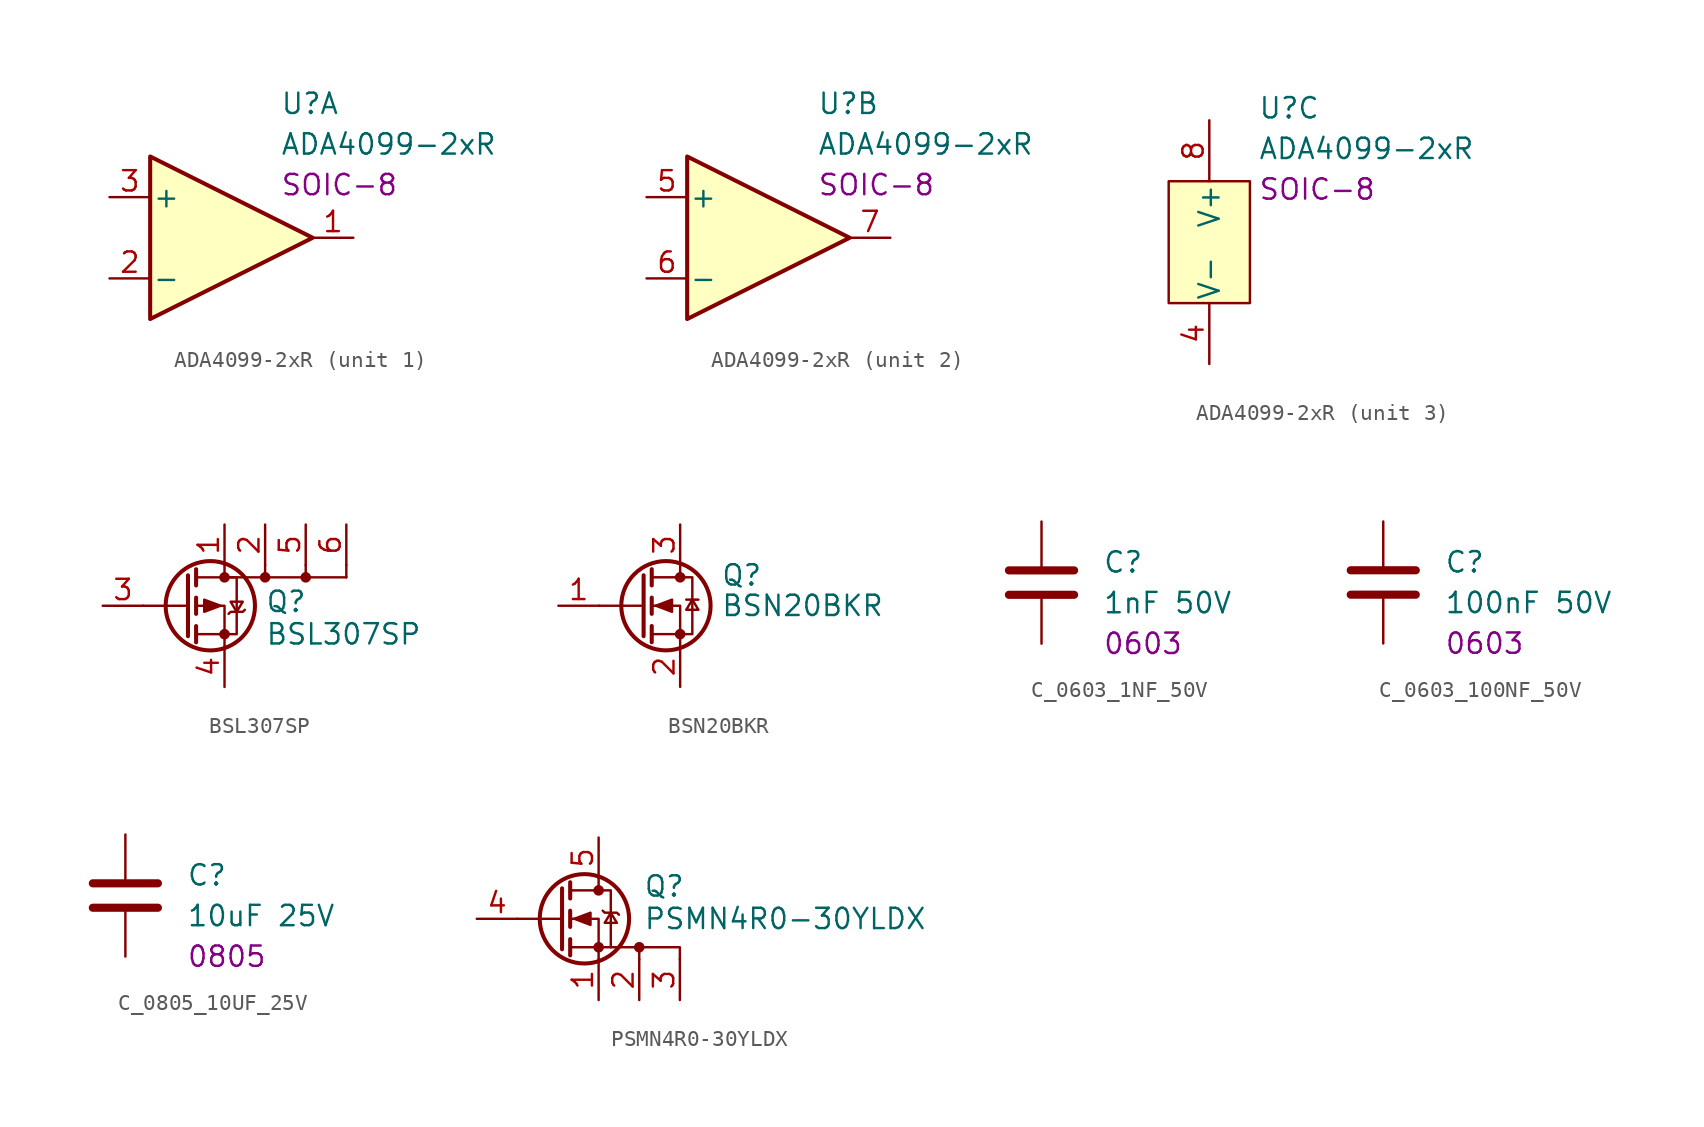
<source format=kicad_sym>
(kicad_symbol_lib
  (version 20241209)
  (generator "kicad_symbol_editor")
  (generator_version "9.0")
  (symbol "ADA4099-2xR"
    (pin_names
      (offset 0.127))
    (property "Reference" "U"
      (at 3.048 8.382 0)
      (effects (font (size 1.27 1.27)) (justify left)))
    (property "Value" "ADA4099-2xR"
      (at 3.048 5.842 0)
      (effects (font (size 1.27 1.27)) (justify left)))
    (property "Package" "SOIC-8"
      (at 3.048 3.302 0)
      (effects (font (size 1.27 1.27)) (justify left)))
    (property "ki_locked" ""
      (at 0 0 0)
      (effects (font (size 1.27 1.27))))
    (symbol "ADA4099-2xR_1_1"
      (polyline (pts (xy 5.08 0) (xy -5.08 5.08) (xy -5.08 -5.08) (xy 5.08 0)) (stroke (width 0.254) (type default)) (fill (type background)))
      (pin input line (at -7.62 2.54 0) (length 2.54) (name "+" (effects (font (size 1.27 1.27)))) (number "3" (effects (font (size 1.27 1.27)))))
      (pin input line (at -7.62 -2.54 0) (length 2.54) (name "-" (effects (font (size 1.27 1.27)))) (number "2" (effects (font (size 1.27 1.27)))))
      (pin output line (at 7.62 0 180) (length 2.54) (name "~" (effects (font (size 1.27 1.27)))) (number "1" (effects (font (size 1.27 1.27))))))
    (symbol "ADA4099-2xR_2_1"
      (polyline (pts (xy 5.08 0) (xy -5.08 5.08) (xy -5.08 -5.08) (xy 5.08 0)) (stroke (width 0.254) (type default)) (fill (type background)))
      (pin input line (at -7.62 2.54 0) (length 2.54) (name "+" (effects (font (size 1.27 1.27)))) (number "5" (effects (font (size 1.27 1.27)))))
      (pin input line (at -7.62 -2.54 0) (length 2.54) (name "-" (effects (font (size 1.27 1.27)))) (number "6" (effects (font (size 1.27 1.27)))))
      (pin output line (at 7.62 0 180) (length 2.54) (name "~" (effects (font (size 1.27 1.27)))) (number "7" (effects (font (size 1.27 1.27))))))
    (symbol "ADA4099-2xR_3_1"
      (rectangle (start -2.54 3.81) (end 2.54 -3.81) (stroke (width 0) (type default)) (fill (type background)))
      (pin power_in line (at 0 7.62 270) (length 3.81) (name "V+" (effects (font (size 1.27 1.27)))) (number "8" (effects (font (size 1.27 1.27)))))
      (pin power_in line (at 0 -7.62 90) (length 3.81) (name "V-" (effects (font (size 1.27 1.27)))) (number "4" (effects (font (size 1.27 1.27)))))))
  (symbol "BSL307SP"
    (pin_names
      (hide yes))
    (property "Reference" "Q"
      (at 5.08 0.254 0)
      (effects (font (size 1.27 1.27)) (justify left)))
    (property "Value" "BSL307SP"
      (at 5.08 -1.778 0)
      (effects (font (size 1.27 1.27)) (justify left)))
    (symbol "BSL307SP_0_1"
      (polyline (pts (xy 0.254 1.905) (xy 0.254 -1.905)) (stroke (width 0.254) (type default)) (fill (type none)))
      (polyline (pts (xy 0.254 0) (xy -2.54 0)) (stroke (width 0) (type default)) (fill (type none)))
      (polyline (pts (xy 0.762 2.286) (xy 0.762 1.27)) (stroke (width 0.254) (type default)) (fill (type none)))
      (polyline (pts (xy 0.762 1.778) (xy 3.302 1.778) (xy 3.302 -1.778) (xy 0.762 -1.778)) (stroke (width 0) (type default)) (fill (type none)))
      (polyline (pts (xy 0.762 0.508) (xy 0.762 -0.508)) (stroke (width 0.254) (type default)) (fill (type none)))
      (polyline (pts (xy 0.762 -1.27) (xy 0.762 -2.286)) (stroke (width 0.254) (type default)) (fill (type none)))
      (circle (center 1.651 0) (radius 2.794) (stroke (width 0.254) (type default)) (fill (type none)))
      (polyline (pts (xy 2.286 0) (xy 1.27 0.381) (xy 1.27 -0.381) (xy 2.286 0)) (stroke (width 0) (type default)) (fill (type outline)))
      (polyline (pts (xy 2.54 2.54) (xy 2.54 1.778)) (stroke (width 0) (type default)) (fill (type none)))
      (polyline (pts (xy 2.54 1.778) (xy 10.16 1.778)) (stroke (width 0) (type default)) (fill (type none)))
      (circle (center 2.54 1.778) (radius 0.254) (stroke (width 0) (type default)) (fill (type outline)))
      (circle (center 2.54 -1.778) (radius 0.254) (stroke (width 0) (type default)) (fill (type outline)))
      (polyline (pts (xy 2.54 -2.54) (xy 2.54 0) (xy 0.762 0)) (stroke (width 0) (type default)) (fill (type none)))
      (polyline (pts (xy 2.794 -0.508) (xy 2.921 -0.381) (xy 3.683 -0.381) (xy 3.81 -0.254)) (stroke (width 0) (type default)) (fill (type none)))
      (polyline (pts (xy 3.302 -0.381) (xy 2.921 0.254) (xy 3.683 0.254) (xy 3.302 -0.381)) (stroke (width 0) (type default)) (fill (type none)))
      (polyline (pts (xy 5.08 2.54) (xy 5.08 1.778)) (stroke (width 0) (type default)) (fill (type none)))
      (circle (center 5.08 1.778) (radius 0.254) (stroke (width 0) (type default)) (fill (type outline)))
      (polyline (pts (xy 7.62 2.54) (xy 7.62 1.778)) (stroke (width 0) (type default)) (fill (type none)))
      (circle (center 7.62 1.778) (radius 0.254) (stroke (width 0) (type default)) (fill (type outline)))
      (polyline (pts (xy 10.16 2.54) (xy 10.16 1.778)) (stroke (width 0) (type default)) (fill (type none))))
    (symbol "BSL307SP_1_1"
      (pin input line (at -5.08 0 0) (length 2.54) (name "G" (effects (font (size 1.27 1.27)))) (number "3" (effects (font (size 1.27 1.27)))))
      (pin passive line (at 2.54 5.08 270) (length 2.54) (name "D" (effects (font (size 1.27 1.27)))) (number "1" (effects (font (size 1.27 1.27)))))
      (pin passive line (at 2.54 -5.08 90) (length 2.54) (name "S" (effects (font (size 1.27 1.27)))) (number "4" (effects (font (size 1.27 1.27)))))
      (pin passive line (at 5.08 5.08 270) (length 2.54) (name "D" (effects (font (size 1.27 1.27)))) (number "2" (effects (font (size 1.27 1.27)))))
      (pin passive line (at 7.62 5.08 270) (length 2.54) (name "D" (effects (font (size 1.27 1.27)))) (number "5" (effects (font (size 1.27 1.27)))))
      (pin passive line (at 10.16 5.08 270) (length 2.54) (name "D" (effects (font (size 1.27 1.27)))) (number "6" (effects (font (size 1.27 1.27)))))))
  (symbol "BSN20BKR"
    (pin_names
      (offset 0)
      (hide yes))
    (property "Reference" "Q"
      (at 5.08 1.905 0)
      (effects (font (size 1.27 1.27)) (justify left)))
    (property "Value" "BSN20BKR"
      (at 5.08 0 0)
      (effects (font (size 1.27 1.27)) (justify left)))
    (symbol "BSN20BKR_0_1"
      (polyline (pts (xy 0.254 1.905) (xy 0.254 -1.905)) (stroke (width 0.254) (type default)) (fill (type none)))
      (polyline (pts (xy 0.254 0) (xy -2.54 0)) (stroke (width 0) (type default)) (fill (type none)))
      (polyline (pts (xy 0.762 2.286) (xy 0.762 1.27)) (stroke (width 0.254) (type default)) (fill (type none)))
      (polyline (pts (xy 0.762 0.508) (xy 0.762 -0.508)) (stroke (width 0.254) (type default)) (fill (type none)))
      (polyline (pts (xy 0.762 -1.27) (xy 0.762 -2.286)) (stroke (width 0.254) (type default)) (fill (type none)))
      (polyline (pts (xy 0.762 -1.778) (xy 3.302 -1.778) (xy 3.302 1.778) (xy 0.762 1.778)) (stroke (width 0) (type default)) (fill (type none)))
      (polyline (pts (xy 1.016 0) (xy 2.032 0.381) (xy 2.032 -0.381) (xy 1.016 0)) (stroke (width 0) (type default)) (fill (type outline)))
      (circle (center 1.651 0) (radius 2.794) (stroke (width 0.254) (type default)) (fill (type none)))
      (polyline (pts (xy 2.54 2.54) (xy 2.54 1.778)) (stroke (width 0) (type default)) (fill (type none)))
      (circle (center 2.54 1.778) (radius 0.254) (stroke (width 0) (type default)) (fill (type outline)))
      (circle (center 2.54 -1.778) (radius 0.254) (stroke (width 0) (type default)) (fill (type outline)))
      (polyline (pts (xy 2.54 -2.54) (xy 2.54 0) (xy 0.762 0)) (stroke (width 0) (type default)) (fill (type none)))
      (polyline (pts (xy 2.921 0.381) (xy 3.683 0.381)) (stroke (width 0) (type default)) (fill (type none)))
      (polyline (pts (xy 3.302 0.381) (xy 2.921 -0.254) (xy 3.683 -0.254) (xy 3.302 0.381)) (stroke (width 0) (type default)) (fill (type none))))
    (symbol "BSN20BKR_1_1"
      (pin input line (at -5.08 0 0) (length 2.54) (name "G" (effects (font (size 1.27 1.27)))) (number "1" (effects (font (size 1.27 1.27)))))
      (pin passive line (at 2.54 5.08 270) (length 2.54) (name "D" (effects (font (size 1.27 1.27)))) (number "3" (effects (font (size 1.27 1.27)))))
      (pin passive line (at 2.54 -5.08 90) (length 2.54) (name "S" (effects (font (size 1.27 1.27)))) (number "2" (effects (font (size 1.27 1.27)))))))
  (symbol "C_0603_1NF_50V"
    (pin_numbers
      (hide yes))
    (pin_names
      (offset 0.254))
    (property "Reference" "C"
      (at 3.81 1.27 0)
      (effects (font (size 1.27 1.27)) (justify left)))
    (property "Value" "1nF 50V"
      (at 3.81 -1.27 0)
      (effects (font (size 1.27 1.27)) (justify left)))
    (property "Size" "0603"
      (at 3.81 -3.81 0)
      (effects (font (size 1.27 1.27)) (justify left)))
    (symbol "C_0603_1NF_50V_0_1"
      (polyline (pts (xy -2.032 0.762) (xy 2.032 0.762)) (stroke (width 0.508) (type default)) (fill (type none)))
      (polyline (pts (xy -2.032 -0.762) (xy 2.032 -0.762)) (stroke (width 0.508) (type default)) (fill (type none))))
    (symbol "C_0603_1NF_50V_1_1"
      (pin passive line (at 0 3.81 270) (length 2.794) (name "~" (effects (font (size 1.27 1.27)))) (number "1" (effects (font (size 1.27 1.27)))))
      (pin passive line (at 0 -3.81 90) (length 2.794) (name "~" (effects (font (size 1.27 1.27)))) (number "2" (effects (font (size 1.27 1.27)))))))
  (symbol "C_0603_100NF_50V"
    (pin_numbers
      (hide yes))
    (pin_names
      (offset 0.254))
    (property "Reference" "C"
      (at 3.81 1.27 0)
      (effects (font (size 1.27 1.27)) (justify left)))
    (property "Value" "100nF 50V"
      (at 3.81 -1.27 0)
      (effects (font (size 1.27 1.27)) (justify left)))
    (property "Size" "0603"
      (at 3.81 -3.81 0)
      (effects (font (size 1.27 1.27)) (justify left)))
    (symbol "C_0603_100NF_50V_0_1"
      (polyline (pts (xy -2.032 0.762) (xy 2.032 0.762)) (stroke (width 0.508) (type default)) (fill (type none)))
      (polyline (pts (xy -2.032 -0.762) (xy 2.032 -0.762)) (stroke (width 0.508) (type default)) (fill (type none))))
    (symbol "C_0603_100NF_50V_1_1"
      (pin passive line (at 0 3.81 270) (length 2.794) (name "~" (effects (font (size 1.27 1.27)))) (number "1" (effects (font (size 1.27 1.27)))))
      (pin passive line (at 0 -3.81 90) (length 2.794) (name "~" (effects (font (size 1.27 1.27)))) (number "2" (effects (font (size 1.27 1.27)))))))
  (symbol "C_0805_10UF_25V"
    (pin_numbers
      (hide yes))
    (pin_names
      (offset 0.254))
    (property "Reference" "C"
      (at 3.81 1.27 0)
      (effects (font (size 1.27 1.27)) (justify left)))
    (property "Value" "10uF 25V"
      (at 3.81 -1.27 0)
      (effects (font (size 1.27 1.27)) (justify left)))
    (property "Size" "0805"
      (at 3.81 -3.81 0)
      (effects (font (size 1.27 1.27)) (justify left)))
    (symbol "C_0805_10UF_25V_0_1"
      (polyline (pts (xy -2.032 0.762) (xy 2.032 0.762)) (stroke (width 0.508) (type default)) (fill (type none)))
      (polyline (pts (xy -2.032 -0.762) (xy 2.032 -0.762)) (stroke (width 0.508) (type default)) (fill (type none))))
    (symbol "C_0805_10UF_25V_1_1"
      (pin passive line (at 0 3.81 270) (length 2.794) (name "~" (effects (font (size 1.27 1.27)))) (number "1" (effects (font (size 1.27 1.27)))))
      (pin passive line (at 0 -3.81 90) (length 2.794) (name "~" (effects (font (size 1.27 1.27)))) (number "2" (effects (font (size 1.27 1.27)))))))
  (symbol "PSMN4R0-30YLDX"
    (pin_names
      (hide yes))
    (property "Reference" "Q"
      (at 5.334 2.032 0)
      (effects (font (size 1.27 1.27)) (justify left)))
    (property "Value" "PSMN4R0-30YLDX"
      (at 5.334 0 0)
      (effects (font (size 1.27 1.27)) (justify left)))
    (symbol "PSMN4R0-30YLDX_0_1"
      (polyline (pts (xy 0.254 1.905) (xy 0.254 -1.905)) (stroke (width 0.254) (type default)) (fill (type none)))
      (polyline (pts (xy 0.254 0) (xy -2.54 0)) (stroke (width 0) (type default)) (fill (type none)))
      (polyline (pts (xy 0.762 2.286) (xy 0.762 1.27)) (stroke (width 0.254) (type default)) (fill (type none)))
      (polyline (pts (xy 0.762 0.508) (xy 0.762 -0.508)) (stroke (width 0.254) (type default)) (fill (type none)))
      (polyline (pts (xy 0.762 -1.27) (xy 0.762 -2.286)) (stroke (width 0.254) (type default)) (fill (type none)))
      (polyline (pts (xy 0.762 -1.778) (xy 3.302 -1.778) (xy 3.302 1.778) (xy 0.762 1.778)) (stroke (width 0) (type default)) (fill (type none)))
      (polyline (pts (xy 1.016 0) (xy 2.032 0.381) (xy 2.032 -0.381) (xy 1.016 0)) (stroke (width 0) (type default)) (fill (type outline)))
      (circle (center 1.651 0) (radius 2.794) (stroke (width 0.254) (type default)) (fill (type none)))
      (polyline (pts (xy 2.54 2.54) (xy 2.54 1.778)) (stroke (width 0) (type default)) (fill (type none)))
      (circle (center 2.54 1.778) (radius 0.254) (stroke (width 0) (type default)) (fill (type outline)))
      (circle (center 2.54 -1.778) (radius 0.254) (stroke (width 0) (type default)) (fill (type outline)))
      (polyline (pts (xy 2.54 -2.54) (xy 2.54 0) (xy 0.762 0)) (stroke (width 0) (type default)) (fill (type none)))
      (polyline (pts (xy 2.794 0.508) (xy 2.921 0.381) (xy 3.683 0.381) (xy 3.81 0.254)) (stroke (width 0) (type default)) (fill (type none)))
      (polyline (pts (xy 3.302 0.381) (xy 2.921 -0.254) (xy 3.683 -0.254) (xy 3.302 0.381)) (stroke (width 0) (type default)) (fill (type none)))
      (polyline (pts (xy 3.302 -1.778) (xy 7.62 -1.778) (xy 7.62 -2.54)) (stroke (width 0) (type default)) (fill (type none)))
      (circle (center 5.08 -1.778) (radius 0.254) (stroke (width 0) (type default)) (fill (type outline)))
      (polyline (pts (xy 5.08 -2.54) (xy 5.08 -1.778)) (stroke (width 0) (type default)) (fill (type none))))
    (symbol "PSMN4R0-30YLDX_1_1"
      (pin passive line (at -5.08 0 0) (length 2.54) (name "G" (effects (font (size 1.27 1.27)))) (number "4" (effects (font (size 1.27 1.27)))))
      (pin passive line (at 2.54 5.08 270) (length 2.54) (name "D" (effects (font (size 1.27 1.27)))) (number "5" (effects (font (size 1.27 1.27)))))
      (pin passive line (at 2.54 -5.08 90) (length 2.54) (name "S" (effects (font (size 1.27 1.27)))) (number "1" (effects (font (size 1.27 1.27)))))
      (pin passive line (at 5.08 -5.08 90) (length 2.54) (name "S" (effects (font (size 1.27 1.27)))) (number "2" (effects (font (size 1.27 1.27)))))
      (pin passive line (at 7.62 -5.08 90) (length 2.54) (name "S" (effects (font (size 1.27 1.27)))) (number "3" (effects (font (size 1.27 1.27))))))))
</source>
